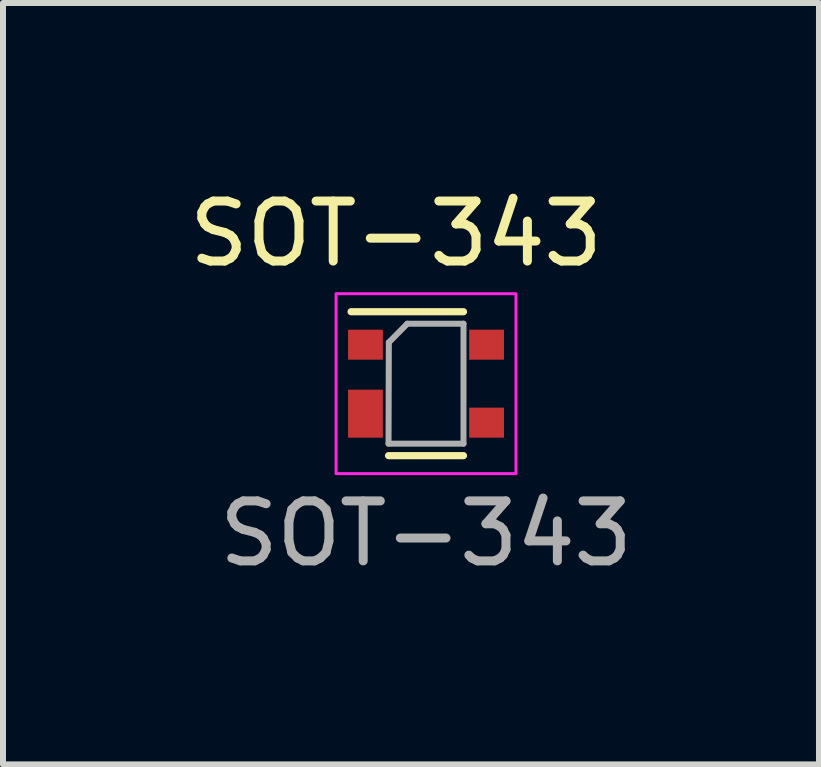
<source format=kicad_pcb>
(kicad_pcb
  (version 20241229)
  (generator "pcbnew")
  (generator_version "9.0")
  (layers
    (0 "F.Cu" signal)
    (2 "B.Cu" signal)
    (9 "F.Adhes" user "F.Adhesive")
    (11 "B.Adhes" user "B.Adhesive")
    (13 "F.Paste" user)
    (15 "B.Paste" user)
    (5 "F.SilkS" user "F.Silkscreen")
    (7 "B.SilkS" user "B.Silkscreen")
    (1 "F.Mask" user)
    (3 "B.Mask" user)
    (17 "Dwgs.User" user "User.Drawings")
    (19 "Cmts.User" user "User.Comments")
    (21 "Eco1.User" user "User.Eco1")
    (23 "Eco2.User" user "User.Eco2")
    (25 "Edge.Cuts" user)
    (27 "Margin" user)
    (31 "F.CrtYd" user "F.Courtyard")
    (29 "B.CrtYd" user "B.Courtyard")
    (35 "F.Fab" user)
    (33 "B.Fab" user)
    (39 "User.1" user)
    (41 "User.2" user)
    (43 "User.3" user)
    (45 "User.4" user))
  (footprint "SOT-343"
    (layer "F.Cu")
    (at 4.054 3.348)
    (property "Reference" "SOT-343" (at -0.5 -2.5 0) (unlocked yes) (layer "F.SilkS") (effects (font (size 1 1) (thickness 0.15))))
    (attr smd)
    (fp_line (start -1.25 -1.2) (end 0.625 -1.2) (stroke (width 0.12) (type solid)) (layer "F.SilkS"))
    (fp_line (start -0.625 1.2) (end 0.625 1.2) (stroke (width 0.12) (type solid)) (layer "F.SilkS"))
    (fp_rect (start -1.5 -1.5) (end 1.5 1.5) (stroke (width 0.05) (type solid)) (fill no) (layer "F.CrtYd"))
    (fp_line (start -0.625 1) (end -0.62 -0.688) (stroke (width 0.1) (type solid)) (layer "F.Fab"))
    (fp_line (start -0.62 -0.688) (end -0.312 -1) (stroke (width 0.1) (type solid)) (layer "F.Fab"))
    (fp_line (start -0.312 -1) (end 0.625 -1) (stroke (width 0.1) (type solid)) (layer "F.Fab"))
    (fp_line (start 0.625 -1) (end 0.625 1) (stroke (width 0.1) (type solid)) (layer "F.Fab"))
    (fp_line (start 0.625 1) (end -0.625 1) (stroke (width 0.1) (type solid)) (layer "F.Fab"))
    (fp_text user "${REFERENCE}" (at 0 2.5 0) (unlocked yes) (layer "F.Fab") (effects (font (size 1 1) (thickness 0.15))))
    (pad "1" smd rect (at -1.01 -0.65) (size 0.58 0.5) (layers "F.Cu" "F.Mask" "F.Paste"))
    (pad "2" smd rect (at -1.01 0.5) (size 0.58 0.8) (layers "F.Cu" "F.Mask" "F.Paste"))
    (pad "3" smd rect (at 1.01 0.65) (size 0.58 0.5) (layers "F.Cu" "F.Mask" "F.Paste"))
    (pad "4" smd rect (at 1.01 -0.65) (size 0.58 0.5) (layers "F.Cu" "F.Mask" "F.Paste")))
  (gr_rect
    (start -3 -3)
    (end 10.607 9.697)
    (stroke (width 0.1) (type default))
    (fill no)
    (layer "Edge.Cuts")))
</source>
